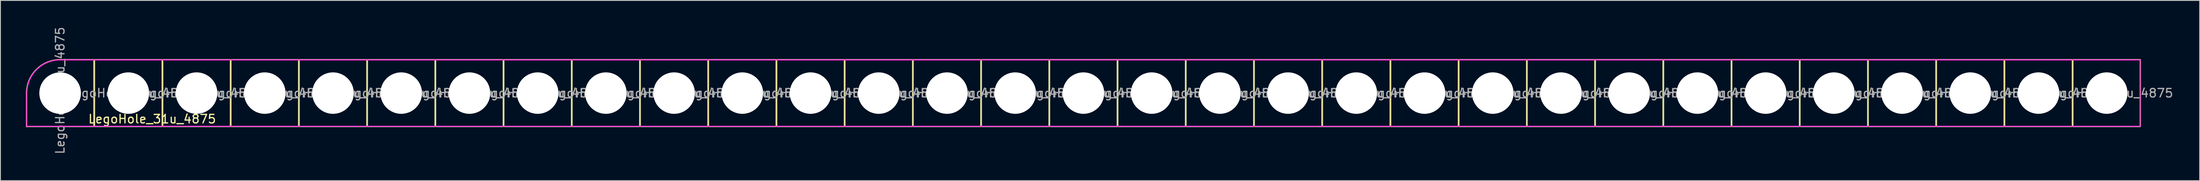
<source format=kicad_pcb>
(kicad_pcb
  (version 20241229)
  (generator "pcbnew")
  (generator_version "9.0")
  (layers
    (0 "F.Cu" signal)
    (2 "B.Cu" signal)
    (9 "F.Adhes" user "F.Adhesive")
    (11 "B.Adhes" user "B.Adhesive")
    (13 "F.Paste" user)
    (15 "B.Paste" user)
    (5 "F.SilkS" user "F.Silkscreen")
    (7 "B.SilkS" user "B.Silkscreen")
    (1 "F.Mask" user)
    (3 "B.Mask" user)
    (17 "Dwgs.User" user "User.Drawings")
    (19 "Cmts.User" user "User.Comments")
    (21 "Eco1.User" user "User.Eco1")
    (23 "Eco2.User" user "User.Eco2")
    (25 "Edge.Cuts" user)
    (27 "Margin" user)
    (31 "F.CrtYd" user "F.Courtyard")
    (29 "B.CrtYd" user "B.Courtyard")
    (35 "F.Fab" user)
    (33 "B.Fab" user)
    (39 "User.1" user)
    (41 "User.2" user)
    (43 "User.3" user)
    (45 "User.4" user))
  (footprint "LegoHole_31u_4875"
    (layer "F.Cu")
    (at 12 7.901)
    (property "Reference" "LegoHole_31u_4875" (at 2.794 3.048 0) (layer "F.SilkS") (effects (font (size 1 1) (thickness 0.15))))
    (attr exclude_from_pos_files exclude_from_bom)
    (fp_line (start -11.95 0) (end -11.95 3.95) (stroke (width 0.1) (type solid)) (layer "F.SilkS"))
    (fp_line (start -11.95 3.95) (end -4.05 3.95) (stroke (width 0.1) (type solid)) (layer "F.SilkS"))
    (fp_line (start -8 -3.95) (end -4.05 -3.95) (stroke (width 0.1) (type solid)) (layer "F.SilkS"))
    (fp_line (start -4.05 3.95) (end -4.05 -3.95) (stroke (width 0.1) (type solid)) (layer "F.SilkS"))
    (fp_rect (start -3.95 -3.95) (end 3.95 3.95) (stroke (width 0.1) (type solid)) (fill no) (layer "F.SilkS"))
    (fp_rect (start 4.05 -3.95) (end 11.95 3.95) (stroke (width 0.1) (type solid)) (fill no) (layer "F.SilkS"))
    (fp_rect (start 12.05 -3.95) (end 19.95 3.95) (stroke (width 0.1) (type solid)) (fill no) (layer "F.SilkS"))
    (fp_rect (start 20.05 -3.95) (end 27.95 3.95) (stroke (width 0.1) (type solid)) (fill no) (layer "F.SilkS"))
    (fp_rect (start 28.05 -3.95) (end 35.95 3.95) (stroke (width 0.1) (type solid)) (fill no) (layer "F.SilkS"))
    (fp_rect (start 36.05 -3.95) (end 43.95 3.95) (stroke (width 0.1) (type solid)) (fill no) (layer "F.SilkS"))
    (fp_rect (start 44.05 -3.95) (end 51.95 3.95) (stroke (width 0.1) (type solid)) (fill no) (layer "F.SilkS"))
    (fp_rect (start 52.05 -3.95) (end 59.95 3.95) (stroke (width 0.1) (type solid)) (fill no) (layer "F.SilkS"))
    (fp_rect (start 60.05 -3.95) (end 67.95 3.95) (stroke (width 0.1) (type solid)) (fill no) (layer "F.SilkS"))
    (fp_rect (start 68.05 -3.95) (end 75.95 3.95) (stroke (width 0.1) (type solid)) (fill no) (layer "F.SilkS"))
    (fp_rect (start 76.05 -3.95) (end 83.95 3.95) (stroke (width 0.1) (type solid)) (fill no) (layer "F.SilkS"))
    (fp_rect (start 84.05 -3.95) (end 91.95 3.95) (stroke (width 0.1) (type solid)) (fill no) (layer "F.SilkS"))
    (fp_rect (start 92.05 -3.95) (end 99.95 3.95) (stroke (width 0.1) (type solid)) (fill no) (layer "F.SilkS"))
    (fp_rect (start 100.05 -3.95) (end 107.95 3.95) (stroke (width 0.1) (type solid)) (fill no) (layer "F.SilkS"))
    (fp_rect (start 108.05 -3.95) (end 115.95 3.95) (stroke (width 0.1) (type solid)) (fill no) (layer "F.SilkS"))
    (fp_rect (start 116.05 -3.95) (end 123.95 3.95) (stroke (width 0.1) (type solid)) (fill no) (layer "F.SilkS"))
    (fp_rect (start 124.05 -3.95) (end 131.95 3.95) (stroke (width 0.1) (type solid)) (fill no) (layer "F.SilkS"))
    (fp_rect (start 132.05 -3.95) (end 139.95 3.95) (stroke (width 0.1) (type solid)) (fill no) (layer "F.SilkS"))
    (fp_rect (start 140.05 -3.95) (end 147.95 3.95) (stroke (width 0.1) (type solid)) (fill no) (layer "F.SilkS"))
    (fp_rect (start 148.05 -3.95) (end 155.95 3.95) (stroke (width 0.1) (type solid)) (fill no) (layer "F.SilkS"))
    (fp_rect (start 156.05 -3.95) (end 163.95 3.95) (stroke (width 0.1) (type solid)) (fill no) (layer "F.SilkS"))
    (fp_rect (start 164.05 -3.95) (end 171.95 3.95) (stroke (width 0.1) (type solid)) (fill no) (layer "F.SilkS"))
    (fp_rect (start 172.05 -3.95) (end 179.95 3.95) (stroke (width 0.1) (type solid)) (fill no) (layer "F.SilkS"))
    (fp_rect (start 180.05 -3.95) (end 187.95 3.95) (stroke (width 0.1) (type solid)) (fill no) (layer "F.SilkS"))
    (fp_rect (start 188.05 -3.95) (end 195.95 3.95) (stroke (width 0.1) (type solid)) (fill no) (layer "F.SilkS"))
    (fp_rect (start 196.05 -3.95) (end 203.95 3.95) (stroke (width 0.1) (type solid)) (fill no) (layer "F.SilkS"))
    (fp_rect (start 204.05 -3.95) (end 211.95 3.95) (stroke (width 0.1) (type solid)) (fill no) (layer "F.SilkS"))
    (fp_rect (start 212.05 -3.95) (end 219.95 3.95) (stroke (width 0.1) (type solid)) (fill no) (layer "F.SilkS"))
    (fp_rect (start 220.05 -3.95) (end 227.95 3.95) (stroke (width 0.1) (type solid)) (fill no) (layer "F.SilkS"))
    (fp_rect (start 228.05 -3.95) (end 235.95 3.95) (stroke (width 0.1) (type solid)) (fill no) (layer "F.SilkS"))
    (fp_arc (start -11.95 0) (mid -10.793072 -2.793072) (end -8 -3.95) (stroke (width 0.1) (type solid)) (layer "F.SilkS"))
    (fp_line (start -11.9 3.9) (end -11.9 0) (stroke (width 0.12) (type solid)) (layer "F.CrtYd"))
    (fp_line (start -11.9 3.9) (end 235.9 3.9) (stroke (width 0.12) (type solid)) (layer "F.CrtYd"))
    (fp_line (start 235.9 -3.9) (end -8 -3.9) (stroke (width 0.12) (type solid)) (layer "F.CrtYd"))
    (fp_line (start 235.9 -3.9) (end 235.9 3.9) (stroke (width 0.12) (type solid)) (layer "F.CrtYd"))
    (fp_arc (start -11.9 0) (mid -10.757716 -2.757716) (end -8 -3.9) (stroke (width 0.12) (type solid)) (layer "F.CrtYd"))
    (fp_text user "${REFERENCE}" (at 8.3 0 0) (layer "F.Fab") (effects (font (size 1 1) (thickness 0.15))))
    (fp_text user "${REFERENCE}" (at 200.3 0 0) (layer "F.Fab") (effects (font (size 1 1) (thickness 0.15))))
    (fp_text user "${REFERENCE}" (at 168.3 0 0) (layer "F.Fab") (effects (font (size 1 1) (thickness 0.15))))
    (fp_text user "${REFERENCE}" (at 120.3 0 0) (layer "F.Fab") (effects (font (size 1 1) (thickness 0.15))))
    (fp_text user "${REFERENCE}" (at 192.3 0 0) (layer "F.Fab") (effects (font (size 1 1) (thickness 0.15))))
    (fp_text user "${REFERENCE}" (at 232.3 0 0) (layer "F.Fab") (effects (font (size 1 1) (thickness 0.15))))
    (fp_text user "${REFERENCE}" (at 176.3 0 0) (layer "F.Fab") (effects (font (size 1 1) (thickness 0.15))))
    (fp_text user "${REFERENCE}" (at 128.3 0 0) (layer "F.Fab") (effects (font (size 1 1) (thickness 0.15))))
    (fp_text user "${REFERENCE}" (at 48.3 0 0) (layer "F.Fab") (effects (font (size 1 1) (thickness 0.15))))
    (fp_text user "${REFERENCE}" (at 88.3 0 0) (layer "F.Fab") (effects (font (size 1 1) (thickness 0.15))))
    (fp_text user "${REFERENCE}" (at 136.3 0 0) (layer "F.Fab") (effects (font (size 1 1) (thickness 0.15))))
    (fp_text user "${REFERENCE}" (at 56.3 0 0) (layer "F.Fab") (effects (font (size 1 1) (thickness 0.15))))
    (fp_text user "${REFERENCE}" (at 24.3 0 0) (layer "F.Fab") (effects (font (size 1 1) (thickness 0.15))))
    (fp_text user "${REFERENCE}" (at 80.3 0 0) (layer "F.Fab") (effects (font (size 1 1) (thickness 0.15))))
    (fp_text user "${REFERENCE}" (at 152.3 0 0) (layer "F.Fab") (effects (font (size 1 1) (thickness 0.15))))
    (fp_text user "${REFERENCE}" (at 40.3 0 0) (layer "F.Fab") (effects (font (size 1 1) (thickness 0.15))))
    (fp_text user "${REFERENCE}" (at 96.3 0 0) (layer "F.Fab") (effects (font (size 1 1) (thickness 0.15))))
    (fp_text user "${REFERENCE}" (at 64.3 0 0) (layer "F.Fab") (effects (font (size 1 1) (thickness 0.15))))
    (fp_text user "${REFERENCE}" (at 0.3 0 0) (layer "F.Fab") (effects (font (size 1 1) (thickness 0.15))))
    (fp_text user "${REFERENCE}" (at 224.3 0 0) (layer "F.Fab") (effects (font (size 1 1) (thickness 0.15))))
    (fp_text user "${REFERENCE}" (at 160.3 0 0) (layer "F.Fab") (effects (font (size 1 1) (thickness 0.15))))
    (fp_text user "${REFERENCE}" (at 184.3 0 0) (layer "F.Fab") (effects (font (size 1 1) (thickness 0.15))))
    (fp_text user "${REFERENCE}" (at 112.3 0 0) (layer "F.Fab") (effects (font (size 1 1) (thickness 0.15))))
    (fp_text user "${REFERENCE}" (at 208.3 0 0) (layer "F.Fab") (effects (font (size 1 1) (thickness 0.15))))
    (fp_text user "${REFERENCE}" (at 144.3 0 0) (layer "F.Fab") (effects (font (size 1 1) (thickness 0.15))))
    (fp_text user "${REFERENCE}" (at 16.3 0 0) (layer "F.Fab") (effects (font (size 1 1) (thickness 0.15))))
    (fp_text user "${REFERENCE}" (at 216.3 0 0) (layer "F.Fab") (effects (font (size 1 1) (thickness 0.15))))
    (fp_text user "${REFERENCE}" (at 72.3 0 0) (layer "F.Fab") (effects (font (size 1 1) (thickness 0.15))))
    (fp_text user "${REFERENCE}" (at -8 -0.3 90) (layer "F.Fab") (effects (font (size 1 1) (thickness 0.15))))
    (fp_text user "${REFERENCE}" (at 32.3 0 0) (layer "F.Fab") (effects (font (size 1 1) (thickness 0.15))))
    (fp_text user "${REFERENCE}" (at 104.3 0 0) (layer "F.Fab") (effects (font (size 1 1) (thickness 0.15))))
    (pad "" np_thru_hole circle (at -8 0 90) (size 4.875 4.875) (drill 4.875) (layers "*.Cu" "*.Mask"))
    (pad "" np_thru_hole circle (at 0 0) (size 4.875 4.875) (drill 4.875) (layers "*.Cu" "*.Mask"))
    (pad "" np_thru_hole circle (at 8 0) (size 4.875 4.875) (drill 4.875) (layers "*.Cu" "*.Mask"))
    (pad "" np_thru_hole circle (at 16 0) (size 4.875 4.875) (drill 4.875) (layers "*.Cu" "*.Mask"))
    (pad "" np_thru_hole circle (at 24 0) (size 4.875 4.875) (drill 4.875) (layers "*.Cu" "*.Mask"))
    (pad "" np_thru_hole circle (at 32 0) (size 4.875 4.875) (drill 4.875) (layers "*.Cu" "*.Mask"))
    (pad "" np_thru_hole circle (at 40 0) (size 4.875 4.875) (drill 4.875) (layers "*.Cu" "*.Mask"))
    (pad "" np_thru_hole circle (at 48 0) (size 4.875 4.875) (drill 4.875) (layers "*.Cu" "*.Mask"))
    (pad "" np_thru_hole circle (at 56 0) (size 4.875 4.875) (drill 4.875) (layers "*.Cu" "*.Mask"))
    (pad "" np_thru_hole circle (at 64 0) (size 4.875 4.875) (drill 4.875) (layers "*.Cu" "*.Mask"))
    (pad "" np_thru_hole circle (at 72 0) (size 4.875 4.875) (drill 4.875) (layers "*.Cu" "*.Mask"))
    (pad "" np_thru_hole circle (at 80 0) (size 4.875 4.875) (drill 4.875) (layers "*.Cu" "*.Mask"))
    (pad "" np_thru_hole circle (at 88 0) (size 4.875 4.875) (drill 4.875) (layers "*.Cu" "*.Mask"))
    (pad "" np_thru_hole circle (at 96 0) (size 4.875 4.875) (drill 4.875) (layers "*.Cu" "*.Mask"))
    (pad "" np_thru_hole circle (at 104 0) (size 4.875 4.875) (drill 4.875) (layers "*.Cu" "*.Mask"))
    (pad "" np_thru_hole circle (at 112 0) (size 4.875 4.875) (drill 4.875) (layers "*.Cu" "*.Mask"))
    (pad "" np_thru_hole circle (at 120 0) (size 4.875 4.875) (drill 4.875) (layers "*.Cu" "*.Mask"))
    (pad "" np_thru_hole circle (at 128 0) (size 4.875 4.875) (drill 4.875) (layers "*.Cu" "*.Mask"))
    (pad "" np_thru_hole circle (at 136 0) (size 4.875 4.875) (drill 4.875) (layers "*.Cu" "*.Mask"))
    (pad "" np_thru_hole circle (at 144 0) (size 4.875 4.875) (drill 4.875) (layers "*.Cu" "*.Mask"))
    (pad "" np_thru_hole circle (at 152 0) (size 4.875 4.875) (drill 4.875) (layers "*.Cu" "*.Mask"))
    (pad "" np_thru_hole circle (at 160 0) (size 4.875 4.875) (drill 4.875) (layers "*.Cu" "*.Mask"))
    (pad "" np_thru_hole circle (at 168 0) (size 4.875 4.875) (drill 4.875) (layers "*.Cu" "*.Mask"))
    (pad "" np_thru_hole circle (at 176 0) (size 4.875 4.875) (drill 4.875) (layers "*.Cu" "*.Mask"))
    (pad "" np_thru_hole circle (at 184 0) (size 4.875 4.875) (drill 4.875) (layers "*.Cu" "*.Mask"))
    (pad "" np_thru_hole circle (at 192 0) (size 4.875 4.875) (drill 4.875) (layers "*.Cu" "*.Mask"))
    (pad "" np_thru_hole circle (at 200 0) (size 4.875 4.875) (drill 4.875) (layers "*.Cu" "*.Mask"))
    (pad "" np_thru_hole circle (at 208 0) (size 4.875 4.875) (drill 4.875) (layers "*.Cu" "*.Mask"))
    (pad "" np_thru_hole circle (at 216 0) (size 4.875 4.875) (drill 4.875) (layers "*.Cu" "*.Mask"))
    (pad "" np_thru_hole circle (at 224 0) (size 4.875 4.875) (drill 4.875) (layers "*.Cu" "*.Mask"))
    (pad "" np_thru_hole circle (at 232 0) (size 4.875 4.875) (drill 4.875) (layers "*.Cu" "*.Mask")))
  (gr_rect
    (start -3 -3)
    (end 254.901 18.202)
    (stroke (width 0.1) (type default))
    (fill no)
    (layer "Edge.Cuts")))
</source>
